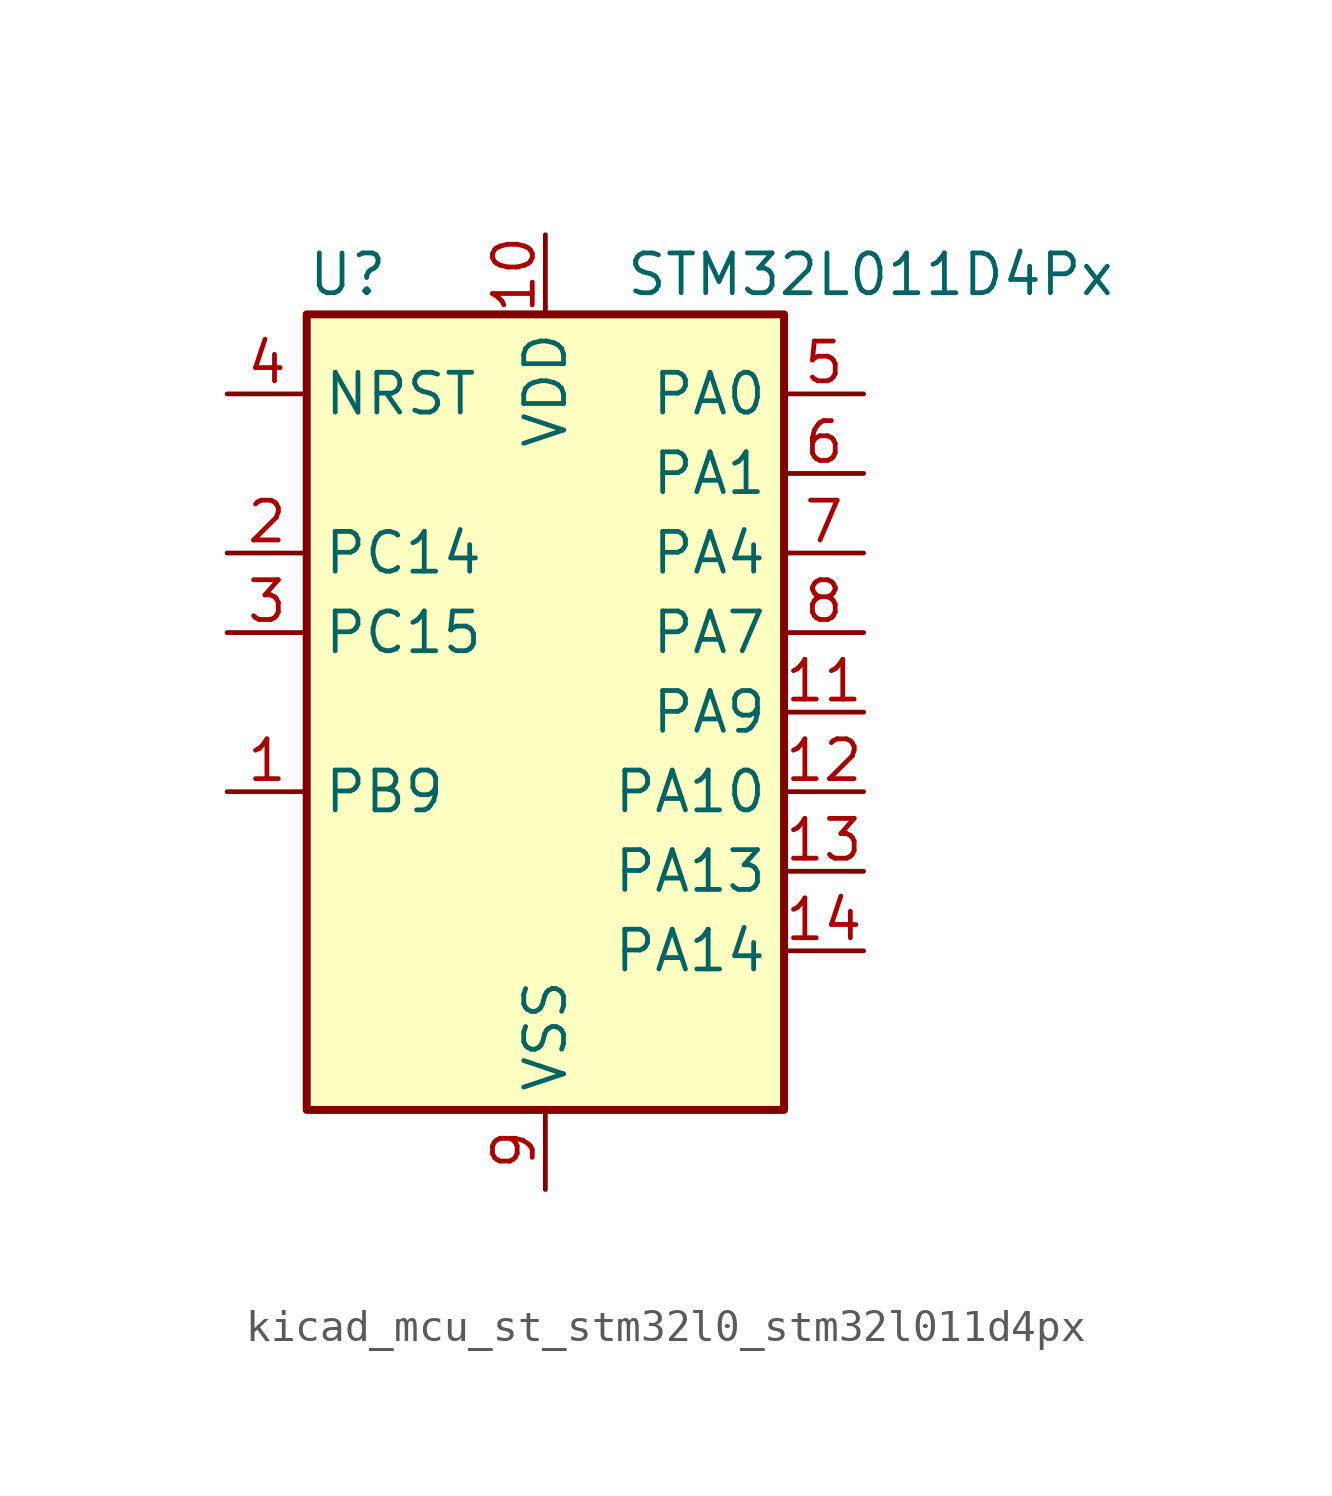
<source format=kicad_sym>
(kicad_symbol_lib
  (version 20220914)
  (generator kicad_symbol_editor)
  (symbol "kicad_mcu_st_stm32l0_stm32l011d4px"
    (property "Reference" "U"
      (at -7.62 13.97 0)
      (effects (font (size 1.27 1.27)) (justify left)))
    (property "Value" "STM32L011D4Px"
      (at 2.54 13.97 0)
      (effects (font (size 1.27 1.27)) (justify left)))
    (property "ki_locked" ""
      (at 0 0 0)
      (effects (font (size 1.27 1.27))))
    (symbol "kicad_mcu_st_stm32l0_stm32l011d4px_0_1"
      (rectangle (start -7.62 -12.7) (end 7.62 12.7) (stroke (width 0.254) (type default)) (fill (type background))))
    (symbol "kicad_mcu_st_stm32l0_stm32l011d4px_1_1"
      (pin bidirectional line (at -10.16 -2.54 0) (length 2.54) (name "PB9" (effects (font (size 1.27 1.27)))) (number "1" (effects (font (size 1.27 1.27)))))
      (pin power_in line (at 0 15.24 270) (length 2.54) (name "VDD" (effects (font (size 1.27 1.27)))) (number "10" (effects (font (size 1.27 1.27)))))
      (pin bidirectional line (at 10.16 0 180) (length 2.54) (name "PA9" (effects (font (size 1.27 1.27)))) (number "11" (effects (font (size 1.27 1.27)))) (alternate "COMP1_OUT" bidirectional line) (alternate "I2C1_SCL" bidirectional line) (alternate "LPTIM1_OUT" bidirectional line) (alternate "RCC_MCO" bidirectional line) (alternate "TIM21_CH2" bidirectional line) (alternate "USART2_TX" bidirectional line))
      (pin bidirectional line (at 10.16 -2.54 180) (length 2.54) (name "PA10" (effects (font (size 1.27 1.27)))) (number "12" (effects (font (size 1.27 1.27)))) (alternate "COMP1_OUT" bidirectional line) (alternate "I2C1_SDA" bidirectional line) (alternate "RTC_REFIN" bidirectional line) (alternate "TIM21_CH1" bidirectional line) (alternate "TIM2_CH3" bidirectional line) (alternate "USART2_RX" bidirectional line))
      (pin bidirectional line (at 10.16 -5.08 180) (length 2.54) (name "PA13" (effects (font (size 1.27 1.27)))) (number "13" (effects (font (size 1.27 1.27)))) (alternate "COMP1_OUT" bidirectional line) (alternate "I2C1_SDA" bidirectional line) (alternate "LPTIM1_ETR" bidirectional line) (alternate "LPUART1_RX" bidirectional line) (alternate "SPI1_SCK" bidirectional line) (alternate "SYS_SWDIO" bidirectional line))
      (pin bidirectional line (at 10.16 -7.62 180) (length 2.54) (name "PA14" (effects (font (size 1.27 1.27)))) (number "14" (effects (font (size 1.27 1.27)))) (alternate "COMP2_OUT" bidirectional line) (alternate "I2C1_SMBA" bidirectional line) (alternate "LPTIM1_OUT" bidirectional line) (alternate "LPUART1_TX" bidirectional line) (alternate "SPI1_MISO" bidirectional line) (alternate "SYS_SWCLK" bidirectional line) (alternate "USART2_TX" bidirectional line))
      (pin bidirectional line (at -10.16 5.08 0) (length 2.54) (name "PC14" (effects (font (size 1.27 1.27)))) (number "2" (effects (font (size 1.27 1.27)))) (alternate "RCC_OSC32_IN" bidirectional line))
      (pin bidirectional line (at -10.16 2.54 0) (length 2.54) (name "PC15" (effects (font (size 1.27 1.27)))) (number "3" (effects (font (size 1.27 1.27)))) (alternate "RCC_OSC32_OUT" bidirectional line))
      (pin input line (at -10.16 10.16 0) (length 2.54) (name "NRST" (effects (font (size 1.27 1.27)))) (number "4" (effects (font (size 1.27 1.27)))))
      (pin bidirectional line (at 10.16 10.16 180) (length 2.54) (name "PA0" (effects (font (size 1.27 1.27)))) (number "5" (effects (font (size 1.27 1.27)))) (alternate "ADC_IN0" bidirectional line) (alternate "COMP1_INM" bidirectional line) (alternate "COMP1_OUT" bidirectional line) (alternate "LPTIM1_IN1" bidirectional line) (alternate "LPUART1_RX" bidirectional line) (alternate "RCC_CK_IN" bidirectional line) (alternate "RTC_TAMP2" bidirectional line) (alternate "SYS_WKUP1" bidirectional line) (alternate "TIM2_CH1" bidirectional line) (alternate "TIM2_ETR" bidirectional line) (alternate "USART2_CTS" bidirectional line) (alternate "USART2_RX" bidirectional line))
      (pin bidirectional line (at 10.16 7.62 180) (length 2.54) (name "PA1" (effects (font (size 1.27 1.27)))) (number "6" (effects (font (size 1.27 1.27)))) (alternate "ADC_IN1" bidirectional line) (alternate "COMP1_INP" bidirectional line) (alternate "I2C1_SMBA" bidirectional line) (alternate "LPTIM1_IN2" bidirectional line) (alternate "LPUART1_TX" bidirectional line) (alternate "TIM21_ETR" bidirectional line) (alternate "TIM2_CH2" bidirectional line) (alternate "USART2_DE" bidirectional line) (alternate "USART2_RTS" bidirectional line))
      (pin bidirectional line (at 10.16 5.08 180) (length 2.54) (name "PA4" (effects (font (size 1.27 1.27)))) (number "7" (effects (font (size 1.27 1.27)))) (alternate "ADC_IN4" bidirectional line) (alternate "COMP1_INM" bidirectional line) (alternate "COMP2_INM" bidirectional line) (alternate "COMP2_OUT" bidirectional line) (alternate "I2C1_SCL" bidirectional line) (alternate "LPTIM1_ETR" bidirectional line) (alternate "LPTIM1_IN1" bidirectional line) (alternate "LPUART1_TX" bidirectional line) (alternate "SPI1_NSS" bidirectional line) (alternate "TIM2_ETR" bidirectional line) (alternate "USART2_CK" bidirectional line))
      (pin bidirectional line (at 10.16 2.54 180) (length 2.54) (name "PA7" (effects (font (size 1.27 1.27)))) (number "8" (effects (font (size 1.27 1.27)))) (alternate "ADC_IN7" bidirectional line) (alternate "COMP2_INP" bidirectional line) (alternate "COMP2_OUT" bidirectional line) (alternate "LPTIM1_OUT" bidirectional line) (alternate "SPI1_MOSI" bidirectional line) (alternate "TIM21_ETR" bidirectional line) (alternate "USART2_CTS" bidirectional line))
      (pin power_in line (at 0 -15.24 90) (length 2.54) (name "VSS" (effects (font (size 1.27 1.27)))) (number "9" (effects (font (size 1.27 1.27))))))))
</source>
